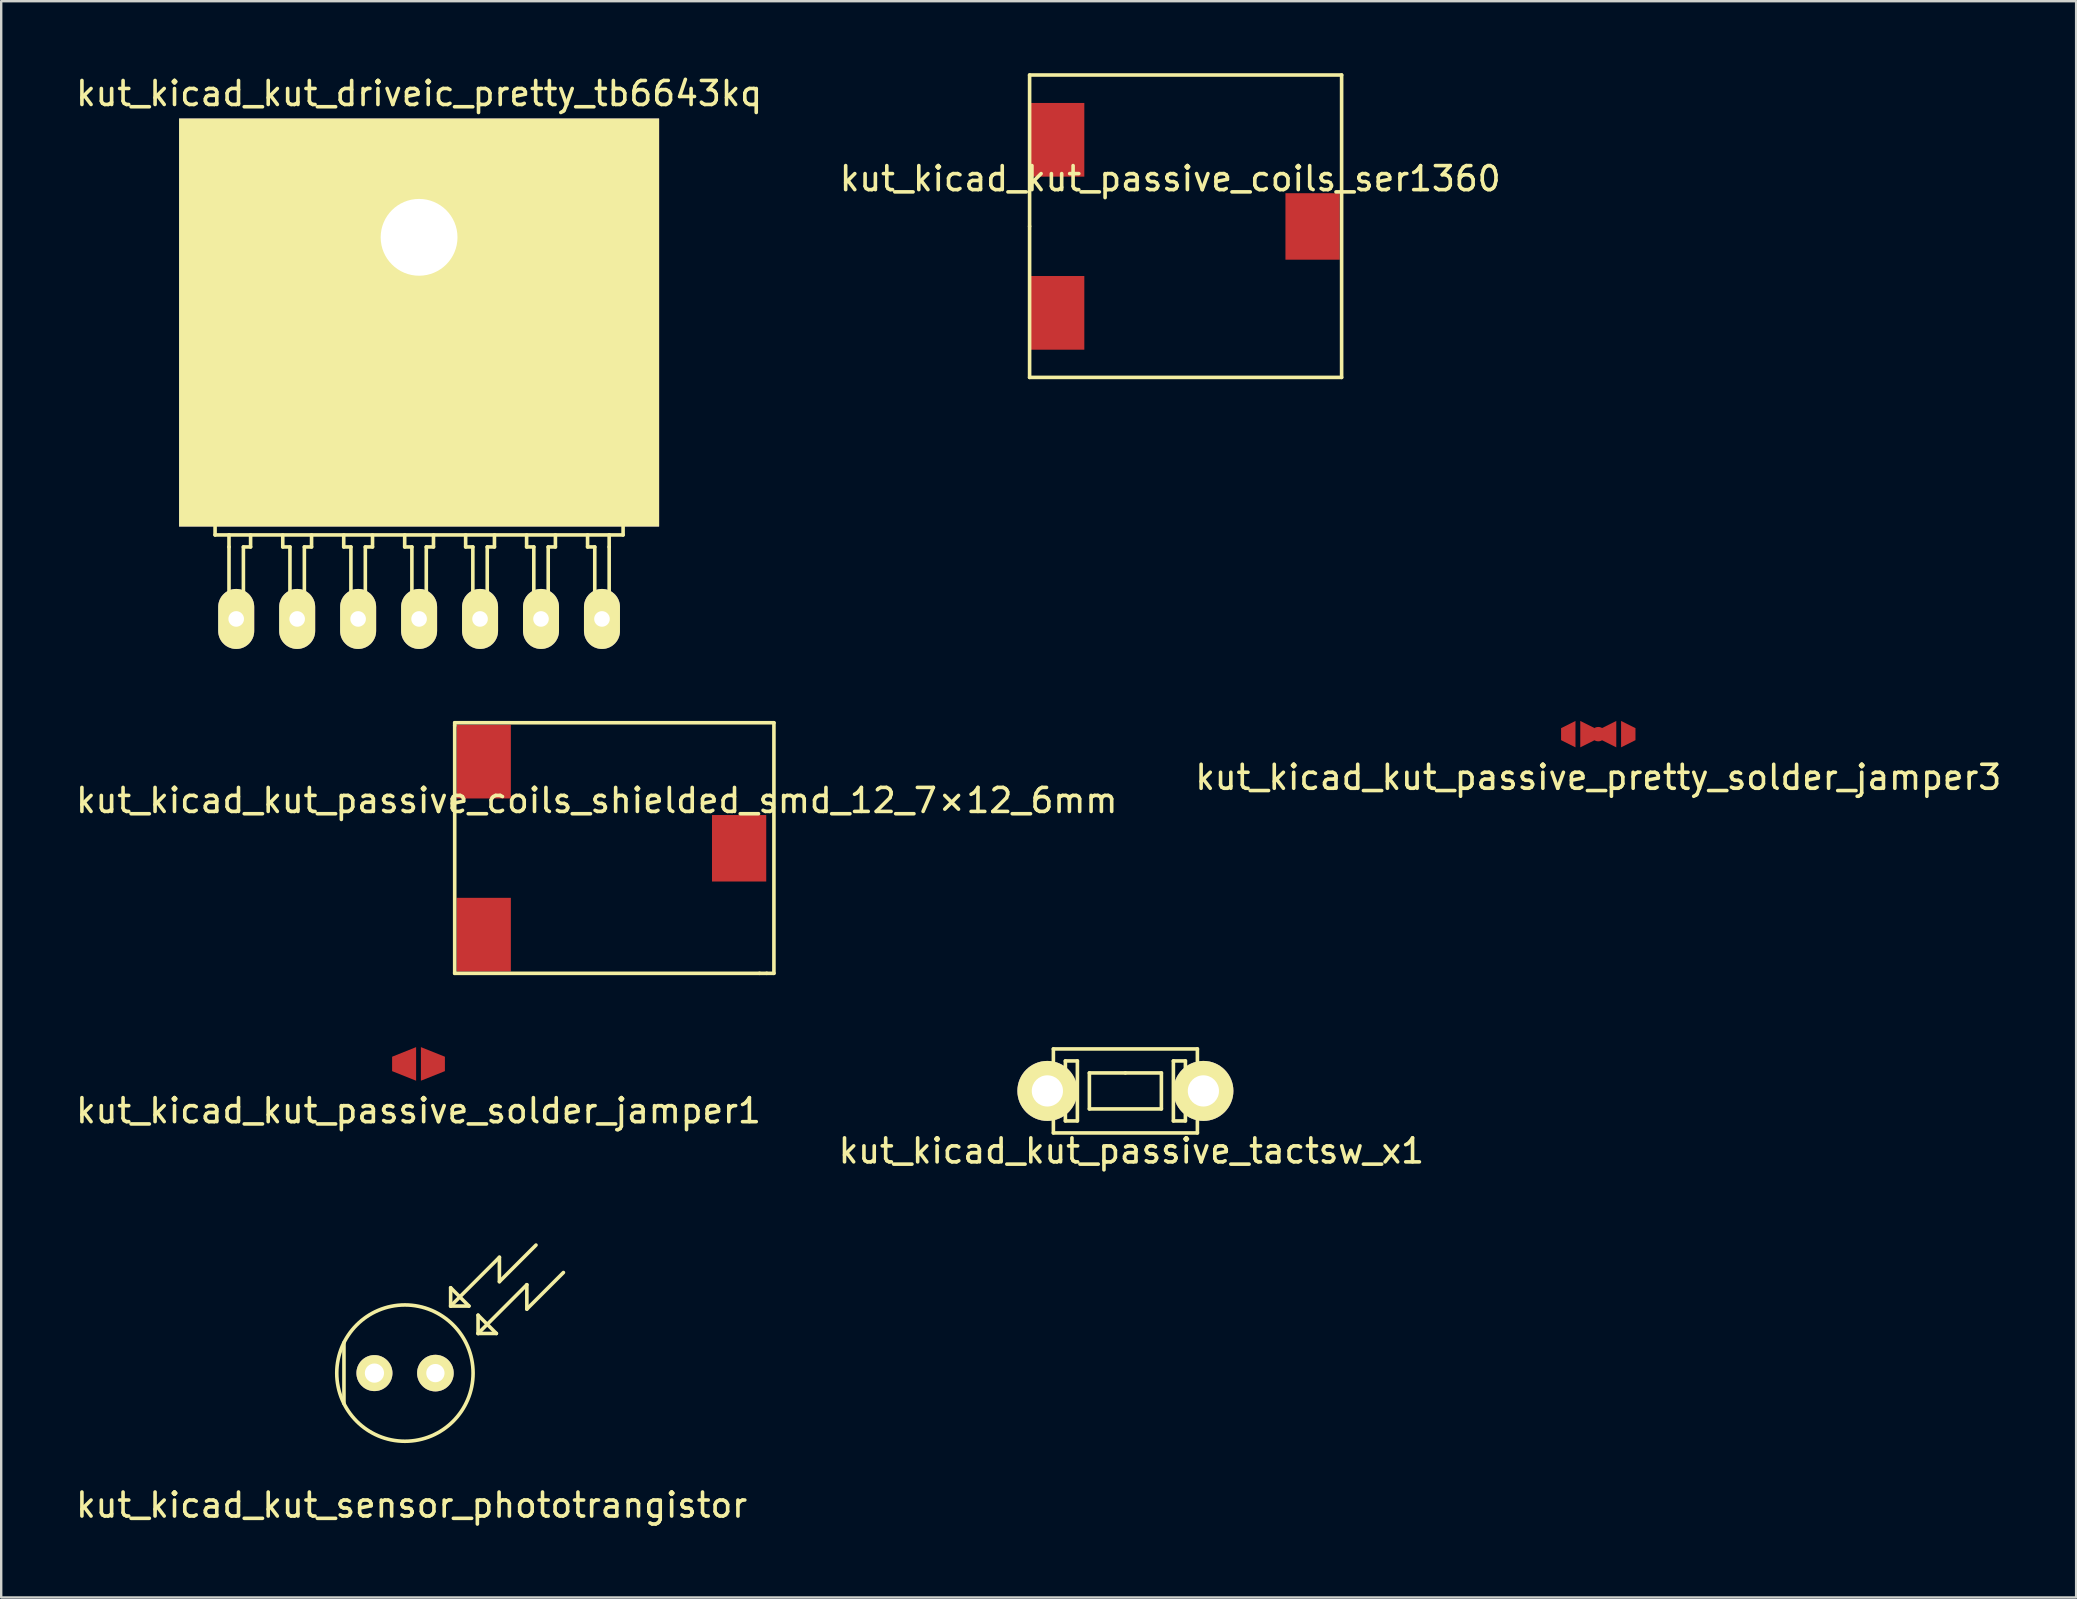
<source format=kicad_pcb>
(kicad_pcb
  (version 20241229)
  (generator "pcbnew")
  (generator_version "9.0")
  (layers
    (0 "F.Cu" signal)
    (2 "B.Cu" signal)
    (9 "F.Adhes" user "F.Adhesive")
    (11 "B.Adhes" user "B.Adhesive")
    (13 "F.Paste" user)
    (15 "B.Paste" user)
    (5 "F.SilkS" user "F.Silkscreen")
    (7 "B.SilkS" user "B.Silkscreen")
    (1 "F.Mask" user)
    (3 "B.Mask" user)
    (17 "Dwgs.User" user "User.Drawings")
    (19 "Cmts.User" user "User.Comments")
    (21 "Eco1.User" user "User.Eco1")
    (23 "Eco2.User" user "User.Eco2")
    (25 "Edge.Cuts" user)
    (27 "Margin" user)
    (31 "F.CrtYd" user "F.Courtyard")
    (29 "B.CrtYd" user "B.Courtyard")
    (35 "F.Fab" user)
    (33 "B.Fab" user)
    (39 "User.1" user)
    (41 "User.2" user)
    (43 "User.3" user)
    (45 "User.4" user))
  (footprint "kut_kicad_kut_sensor_phototrangistor"
    (layer "F.Cu")
    (at 12.551 54.16)
    (property "Reference" "kut_kicad_kut_sensor_phototrangistor" (at 1.55 5.5 0) (layer "F.SilkS") (effects (font (size 1 1) (thickness 0.15))))
    (attr through_hole)
    (fp_line (start -1.27 -1.27) (end -1.27 1.27) (stroke (width 0.15) (type solid)) (layer "F.SilkS"))
    (fp_line (start 3.175 -3.556) (end 3.175 -2.794) (stroke (width 0.15) (type solid)) (layer "F.SilkS"))
    (fp_line (start 3.175 -2.794) (end 3.937 -2.794) (stroke (width 0.15) (type solid)) (layer "F.SilkS"))
    (fp_line (start 3.175 -2.794) (end 5.207 -4.826) (stroke (width 0.15) (type solid)) (layer "F.SilkS"))
    (fp_line (start 3.937 -2.794) (end 3.175 -3.556) (stroke (width 0.15) (type solid)) (layer "F.SilkS"))
    (fp_line (start 4.318 -2.413) (end 4.318 -1.651) (stroke (width 0.15) (type solid)) (layer "F.SilkS"))
    (fp_line (start 4.318 -1.651) (end 5.08 -1.651) (stroke (width 0.15) (type solid)) (layer "F.SilkS"))
    (fp_line (start 4.318 -1.651) (end 6.35 -3.683) (stroke (width 0.15) (type solid)) (layer "F.SilkS"))
    (fp_line (start 5.08 -1.651) (end 4.318 -2.413) (stroke (width 0.15) (type solid)) (layer "F.SilkS"))
    (fp_line (start 5.207 -4.826) (end 5.207 -3.81) (stroke (width 0.15) (type solid)) (layer "F.SilkS"))
    (fp_line (start 5.207 -3.81) (end 6.731 -5.334) (stroke (width 0.15) (type solid)) (layer "F.SilkS"))
    (fp_line (start 6.35 -3.683) (end 6.35 -2.667) (stroke (width 0.15) (type solid)) (layer "F.SilkS"))
    (fp_line (start 6.35 -2.667) (end 7.874 -4.191) (stroke (width 0.15) (type solid)) (layer "F.SilkS"))
    (fp_circle (center 1.27 0) (end 3.81 1.27) (stroke (width 0.15) (type solid)) (fill no) (layer "F.SilkS"))
    (pad "1" thru_hole circle (at 0 0) (size 1.5 1.5) (drill 0.8) (layers "*.Cu" "*.Mask" "F.SilkS"))
    (pad "3" thru_hole circle (at 2.54 0) (size 1.524 1.524) (drill 0.762) (layers "*.Cu" "*.Mask" "F.SilkS")))
  (footprint "kut_kicad_kut_passive_coils_ser1360"
    (layer "F.Cu")
    (at 40.998 2.775)
    (property "Reference" "kut_kicad_kut_passive_coils_ser1360" (at 4.71 1.62 0) (layer "F.SilkS") (effects (font (size 1 1) (thickness 0.15))))
    (attr through_hole)
    (fp_line (start -1.15 -2.7) (end 11.85 -2.7) (stroke (width 0.15) (type solid)) (layer "F.SilkS"))
    (fp_line (start -1.15 3.6) (end -1.15 -2.7) (stroke (width 0.15) (type solid)) (layer "F.SilkS"))
    (fp_line (start -1.15 9.9) (end -1.15 3.61) (stroke (width 0.15) (type solid)) (layer "F.SilkS"))
    (fp_line (start 11.85 -2.7) (end 11.85 9.9) (stroke (width 0.15) (type solid)) (layer "F.SilkS"))
    (fp_line (start 11.85 9.9) (end -1.15 9.9) (stroke (width 0.15) (type solid)) (layer "F.SilkS"))
    (pad "" smd rect (at 10.64 3.61) (size 2.26 2.77) (layers "F.Cu" "F.Mask" "F.Paste"))
    (pad "1" smd rect (at 0 0) (size 2.26 3.07) (layers "F.Cu" "F.Mask" "F.Paste"))
    (pad "2" smd rect (at 0 7.21) (size 2.26 3.07) (layers "F.Cu" "F.Mask" "F.Paste")))
  (footprint "kut_kicad_kut_passive_tactsw_x1"
    (layer "F.Cu")
    (at 40.589 42.403)
    (property "Reference" "kut_kicad_kut_passive_tactsw_x1" (at 3.5 2.5 0) (layer "F.SilkS") (effects (font (size 1 1) (thickness 0.15))))
    (attr through_hole)
    (fp_line (start 0.25 -1.75) (end 6.25 -1.75) (stroke (width 0.15) (type solid)) (layer "F.SilkS"))
    (fp_line (start 0.25 1.75) (end 0.25 -1.75) (stroke (width 0.15) (type solid)) (layer "F.SilkS"))
    (fp_line (start 0.75 -1.25) (end 1.25 -1.25) (stroke (width 0.15) (type solid)) (layer "F.SilkS"))
    (fp_line (start 0.75 1.25) (end 0.75 -1.25) (stroke (width 0.15) (type solid)) (layer "F.SilkS"))
    (fp_line (start 1.25 -1.25) (end 1.25 1.25) (stroke (width 0.15) (type solid)) (layer "F.SilkS"))
    (fp_line (start 1.25 1.25) (end 0.75 1.25) (stroke (width 0.15) (type solid)) (layer "F.SilkS"))
    (fp_line (start 1.75 -0.75) (end 3.25 -0.75) (stroke (width 0.15) (type solid)) (layer "F.SilkS"))
    (fp_line (start 1.75 0.75) (end 1.75 -0.75) (stroke (width 0.15) (type solid)) (layer "F.SilkS"))
    (fp_line (start 3.25 -0.75) (end 4.75 -0.75) (stroke (width 0.15) (type solid)) (layer "F.SilkS"))
    (fp_line (start 4.75 -0.75) (end 4.75 0.75) (stroke (width 0.15) (type solid)) (layer "F.SilkS"))
    (fp_line (start 4.75 0.75) (end 1.75 0.75) (stroke (width 0.15) (type solid)) (layer "F.SilkS"))
    (fp_line (start 5.25 -1.25) (end 5.25 1.25) (stroke (width 0.15) (type solid)) (layer "F.SilkS"))
    (fp_line (start 5.25 1.25) (end 5.75 1.25) (stroke (width 0.15) (type solid)) (layer "F.SilkS"))
    (fp_line (start 5.75 -1.25) (end 5.25 -1.25) (stroke (width 0.15) (type solid)) (layer "F.SilkS"))
    (fp_line (start 5.75 1.25) (end 5.75 -1.25) (stroke (width 0.15) (type solid)) (layer "F.SilkS"))
    (fp_line (start 6.25 -1.75) (end 6.25 1.75) (stroke (width 0.15) (type solid)) (layer "F.SilkS"))
    (fp_line (start 6.25 1.75) (end 0.25 1.75) (stroke (width 0.15) (type solid)) (layer "F.SilkS"))
    (pad "1" thru_hole circle (at 0 0) (size 2.5 2.5) (drill 1.3) (layers "*.Cu" "*.Mask" "F.SilkS"))
    (pad "2" thru_hole circle (at 6.5 0) (size 2.5 2.5) (drill 1.3) (layers "*.Cu" "*.Mask" "F.SilkS")))
  (footprint "kut_kicad_kut_passive_solder_jamper1"
    (layer "F.Cu")
    (at 14.387 41.278)
    (property "Reference" "kut_kicad_kut_passive_solder_jamper1" (at 0 1.95 0) (layer "F.SilkS") (effects (font (size 1 1) (thickness 0.15))))
    (attr through_hole)
    (pad "1" smd trapezoid (at -0.6 0 90) (size 1 1) (rect_delta 0 0.4) (layers "F.Cu" "F.Mask" "F.Paste"))
    (pad "2" smd trapezoid (at 0.6 0 270) (size 1 1) (rect_delta 0 0.4) (layers "F.Cu" "F.Mask" "F.Paste")))
  (footprint "kut_kicad_kut_passive_pretty_solder_jamper3"
    (layer "F.Cu")
    (at 63.542 27.538)
    (property "Reference" "kut_kicad_kut_passive_pretty_solder_jamper3" (at 0 1.8 0) (layer "F.SilkS") (effects (font (size 1 1) (thickness 0.15))))
    (attr through_hole)
    (pad "1" smd trapezoid (at -1.25 0 90) (size 0.8 0.6) (rect_delta 0 0.3) (layers "F.Cu" "F.Mask" "F.Paste"))
    (pad "2" smd trapezoid (at -0.45 0 270) (size 0.8 0.6) (rect_delta 0 0.3) (layers "F.Cu" "F.Mask" "F.Paste"))
    (pad "2" smd circle (at 0 0 270) (size 0.6 0.6) (layers "F.Cu" "F.Mask" "F.Paste"))
    (pad "2" smd trapezoid (at 0.45 0 90) (size 0.8 0.6) (rect_delta 0 0.3) (layers "F.Cu" "F.Mask" "F.Paste"))
    (pad "3" smd trapezoid (at 1.25 0 270) (size 0.8 0.6) (rect_delta 0 0.3) (layers "F.Cu" "F.Mask" "F.Paste")))
  (footprint "kut_kicad_kut_passive_coils_shielded_smd_12_7×12_6mm"
    (layer "F.Cu")
    (at 17.105 28.683)
    (property "Reference" "kut_kicad_kut_passive_coils_shielded_smd_12_7×12_6mm" (at 4.71 1.62 0) (layer "F.SilkS") (effects (font (size 1 1) (thickness 0.15))))
    (attr through_hole)
    (fp_line (start -1.21 -1.62) (end -1.21 -1.5) (stroke (width 0.15) (type solid)) (layer "F.SilkS"))
    (fp_line (start -1.21 -1.62) (end 12.09 -1.62) (stroke (width 0.15) (type solid)) (layer "F.SilkS"))
    (fp_line (start -1.21 -1.5) (end -1.21 8.8) (stroke (width 0.15) (type solid)) (layer "F.SilkS"))
    (fp_line (start -1.21 8.8) (end -1.21 8.82) (stroke (width 0.15) (type solid)) (layer "F.SilkS"))
    (fp_line (start -1.21 8.82) (end 11.49 8.82) (stroke (width 0.15) (type solid)) (layer "F.SilkS"))
    (fp_line (start 11.49 8.82) (end 11.79 8.82) (stroke (width 0.15) (type solid)) (layer "F.SilkS"))
    (fp_line (start 11.79 8.82) (end 12.09 8.82) (stroke (width 0.15) (type solid)) (layer "F.SilkS"))
    (fp_line (start 12.09 -1.62) (end 12.09 8.82) (stroke (width 0.15) (type solid)) (layer "F.SilkS"))
    (pad "" smd rect (at 10.64 3.61) (size 2.26 2.77) (layers "F.Cu" "F.Mask" "F.Paste"))
    (pad "1" smd rect (at 0 0) (size 2.26 3.07) (layers "F.Cu" "F.Mask" "F.Paste"))
    (pad "2" smd rect (at 0 7.21) (size 2.26 3.07) (layers "F.Cu" "F.Mask" "F.Paste")))
  (footprint "kut_kicad_kut_driveic_pretty_tb6643kq"
    (layer "F.Cu")
    (at 14.411 6.838)
    (property "Reference" "kut_kicad_kut_driveic_pretty_tb6643kq" (at 0 -5.99 0) (layer "F.SilkS") (effects (font (size 1 1) (thickness 0.15))))
    (attr through_hole)
    (fp_line (start -8.5 12.4) (end -8.5 0) (stroke (width 0.15) (type solid)) (layer "F.SilkS"))
    (fp_line (start -8.5 12.4) (end -7.92 12.4) (stroke (width 0.15) (type solid)) (layer "F.SilkS"))
    (fp_line (start -8.38 -2.82) (end -8.1 -2.52) (stroke (width 0.15) (type solid)) (layer "F.SilkS"))
    (fp_line (start -8.1 -2.52) (end -5.61 -2.52) (stroke (width 0.15) (type solid)) (layer "F.SilkS"))
    (fp_line (start -7.92 12.9) (end -7.92 12.4) (stroke (width 0.15) (type solid)) (layer "F.SilkS"))
    (fp_line (start -7.92 15.9) (end -7.92 12.9) (stroke (width 0.15) (type solid)) (layer "F.SilkS"))
    (fp_line (start -7.32 12.9) (end -7.02 12.9) (stroke (width 0.15) (type solid)) (layer "F.SilkS"))
    (fp_line (start -7.32 15.9) (end -7.32 12.9) (stroke (width 0.15) (type solid)) (layer "F.SilkS"))
    (fp_line (start -7.02 12.9) (end -7.02 12.4) (stroke (width 0.15) (type solid)) (layer "F.SilkS"))
    (fp_line (start -6.92 0) (end -8.5 0) (stroke (width 0.15) (type solid)) (layer "F.SilkS"))
    (fp_line (start -6.92 0) (end -5.2 -3.3) (stroke (width 0.15) (type solid)) (layer "F.SilkS"))
    (fp_line (start -5.68 12.9) (end -5.68 12.4) (stroke (width 0.15) (type solid)) (layer "F.SilkS"))
    (fp_line (start -5.38 12.9) (end -5.68 12.9) (stroke (width 0.15) (type solid)) (layer "F.SilkS"))
    (fp_line (start -5.38 15.9) (end -5.38 12.9) (stroke (width 0.15) (type solid)) (layer "F.SilkS"))
    (fp_line (start -4.78 12.9) (end -4.48 12.9) (stroke (width 0.15) (type solid)) (layer "F.SilkS"))
    (fp_line (start -4.78 15.9) (end -4.78 12.9) (stroke (width 0.15) (type solid)) (layer "F.SilkS"))
    (fp_line (start -4.48 12.9) (end -4.48 12.4) (stroke (width 0.15) (type solid)) (layer "F.SilkS"))
    (fp_line (start -3.98 -3.3) (end -5.28 -3.3) (stroke (width 0.15) (type solid)) (layer "F.SilkS"))
    (fp_line (start -3.14 12.9) (end -3.14 12.4) (stroke (width 0.15) (type solid)) (layer "F.SilkS"))
    (fp_line (start -2.84 12.9) (end -3.14 12.9) (stroke (width 0.15) (type solid)) (layer "F.SilkS"))
    (fp_line (start -2.84 15.9) (end -2.84 12.9) (stroke (width 0.15) (type solid)) (layer "F.SilkS"))
    (fp_line (start -2.24 12.9) (end -1.94 12.9) (stroke (width 0.15) (type solid)) (layer "F.SilkS"))
    (fp_line (start -2.24 15.9) (end -2.24 12.9) (stroke (width 0.15) (type solid)) (layer "F.SilkS"))
    (fp_line (start -1.94 12.9) (end -1.94 12.4) (stroke (width 0.15) (type solid)) (layer "F.SilkS"))
    (fp_line (start -0.6 12.9) (end -0.6 12.4) (stroke (width 0.15) (type solid)) (layer "F.SilkS"))
    (fp_line (start -0.3 12.9) (end -0.6 12.9) (stroke (width 0.15) (type solid)) (layer "F.SilkS"))
    (fp_line (start -0.3 15.9) (end -0.3 12.9) (stroke (width 0.15) (type solid)) (layer "F.SilkS"))
    (fp_line (start 0 -3.3) (end -8 -3.3) (stroke (width 0.15) (type solid)) (layer "F.SilkS"))
    (fp_line (start 0 -3.3) (end 8 -3.3) (stroke (width 0.15) (type solid)) (layer "F.SilkS"))
    (fp_line (start 0.3 12.9) (end 0.6 12.9) (stroke (width 0.15) (type solid)) (layer "F.SilkS"))
    (fp_line (start 0.3 15.9) (end 0.3 12.9) (stroke (width 0.15) (type solid)) (layer "F.SilkS"))
    (fp_line (start 0.6 12.9) (end 0.6 12.4) (stroke (width 0.15) (type solid)) (layer "F.SilkS"))
    (fp_line (start 1.94 12.9) (end 1.94 12.4) (stroke (width 0.15) (type solid)) (layer "F.SilkS"))
    (fp_line (start 2.24 12.9) (end 1.94 12.9) (stroke (width 0.15) (type solid)) (layer "F.SilkS"))
    (fp_line (start 2.24 15.9) (end 2.24 12.9) (stroke (width 0.15) (type solid)) (layer "F.SilkS"))
    (fp_line (start 2.84 12.9) (end 3.14 12.9) (stroke (width 0.15) (type solid)) (layer "F.SilkS"))
    (fp_line (start 2.84 15.9) (end 2.84 12.9) (stroke (width 0.15) (type solid)) (layer "F.SilkS"))
    (fp_line (start 3.14 12.9) (end 3.14 12.4) (stroke (width 0.15) (type solid)) (layer "F.SilkS"))
    (fp_line (start 4.48 12.9) (end 4.48 12.4) (stroke (width 0.15) (type solid)) (layer "F.SilkS"))
    (fp_line (start 4.78 12.9) (end 4.48 12.9) (stroke (width 0.15) (type solid)) (layer "F.SilkS"))
    (fp_line (start 4.78 15.9) (end 4.78 12.9) (stroke (width 0.15) (type solid)) (layer "F.SilkS"))
    (fp_line (start 5.38 12.9) (end 5.68 12.9) (stroke (width 0.15) (type solid)) (layer "F.SilkS"))
    (fp_line (start 5.38 15.9) (end 5.38 12.9) (stroke (width 0.15) (type solid)) (layer "F.SilkS"))
    (fp_line (start 5.68 12.9) (end 5.68 12.4) (stroke (width 0.15) (type solid)) (layer "F.SilkS"))
    (fp_line (start 6.81 0) (end 5.11 -3.3) (stroke (width 0.15) (type solid)) (layer "F.SilkS"))
    (fp_line (start 7.02 12.9) (end 7.02 12.4) (stroke (width 0.15) (type solid)) (layer "F.SilkS"))
    (fp_line (start 7.32 12.9) (end 7.02 12.9) (stroke (width 0.15) (type solid)) (layer "F.SilkS"))
    (fp_line (start 7.32 15.9) (end 7.32 12.9) (stroke (width 0.15) (type solid)) (layer "F.SilkS"))
    (fp_line (start 7.92 12.4) (end -7.92 12.4) (stroke (width 0.15) (type solid)) (layer "F.SilkS"))
    (fp_line (start 7.92 12.9) (end 7.92 12.4) (stroke (width 0.15) (type solid)) (layer "F.SilkS"))
    (fp_line (start 7.92 15.9) (end 7.92 12.9) (stroke (width 0.15) (type solid)) (layer "F.SilkS"))
    (fp_line (start 8.11 -2.52) (end 5.52 -2.52) (stroke (width 0.15) (type solid)) (layer "F.SilkS"))
    (fp_line (start 8.39 -2.82) (end 8.11 -2.52) (stroke (width 0.15) (type solid)) (layer "F.SilkS"))
    (fp_line (start 8.5 0) (end 6.81 0) (stroke (width 0.15) (type solid)) (layer "F.SilkS"))
    (fp_line (start 8.5 12.4) (end 7.92 12.4) (stroke (width 0.15) (type solid)) (layer "F.SilkS"))
    (fp_line (start 8.5 12.4) (end 8.5 0) (stroke (width 0.15) (type solid)) (layer "F.SilkS"))
    (fp_arc (start -8.38 -2.82) (mid -8.289411 -3.138701) (end -8 -3.3) (stroke (width 0.15) (type solid)) (layer "F.SilkS"))
    (fp_arc (start 8.01 -3.3) (mid 8.299411 -3.138701) (end 8.39 -2.82) (stroke (width 0.15) (type solid)) (layer "F.SilkS"))
    (fp_circle (center 0 0) (end 1.6 0) (stroke (width 0.15) (type solid)) (fill no) (layer "F.SilkS"))
    (pad "1" thru_hole oval (at -7.62 15.9) (size 1.5 2.5) (drill 0.65) (layers "*.Cu" "*.Mask" "F.SilkS"))
    (pad "2" thru_hole oval (at -5.08 15.9) (size 1.5 2.5) (drill 0.65) (layers "*.Cu" "*.Mask" "F.SilkS"))
    (pad "3" thru_hole oval (at -2.54 15.9) (size 1.5 2.5) (drill 0.65) (layers "*.Cu" "*.Mask" "F.SilkS"))
    (pad "4" thru_hole oval (at 0 15.9) (size 1.5 2.5) (drill 0.65) (layers "*.Cu" "*.Mask" "F.SilkS"))
    (pad "5" thru_hole oval (at 2.54 15.9) (size 1.5 2.5) (drill 0.65) (layers "*.Cu" "*.Mask" "F.SilkS"))
    (pad "6" thru_hole oval (at 5.08 15.9) (size 1.5 2.5) (drill 0.65) (layers "*.Cu" "*.Mask" "F.SilkS"))
    (pad "7" thru_hole oval (at 7.62 15.9) (size 1.5 2.5) (drill 0.65) (layers "*.Cu" "*.Mask" "F.SilkS"))
    (pad "8" thru_hole rect (at 0 0) (size 20 17) (drill 3.2 (offset 0 3.55)) (layers "*.Mask" "F.Cu" "F.SilkS")))
  (gr_rect
    (start -3 -3)
    (end 83.452 63.509)
    (stroke (width 0.1) (type default))
    (fill no)
    (layer "Edge.Cuts")))
</source>
